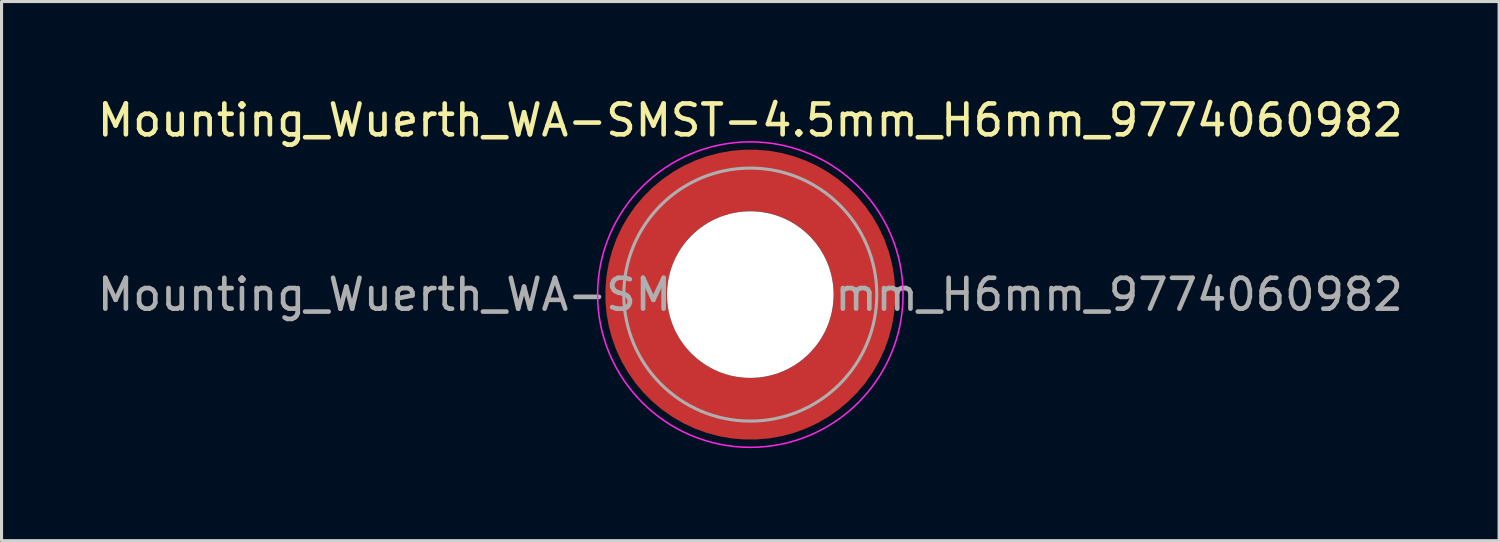
<source format=kicad_pcb>
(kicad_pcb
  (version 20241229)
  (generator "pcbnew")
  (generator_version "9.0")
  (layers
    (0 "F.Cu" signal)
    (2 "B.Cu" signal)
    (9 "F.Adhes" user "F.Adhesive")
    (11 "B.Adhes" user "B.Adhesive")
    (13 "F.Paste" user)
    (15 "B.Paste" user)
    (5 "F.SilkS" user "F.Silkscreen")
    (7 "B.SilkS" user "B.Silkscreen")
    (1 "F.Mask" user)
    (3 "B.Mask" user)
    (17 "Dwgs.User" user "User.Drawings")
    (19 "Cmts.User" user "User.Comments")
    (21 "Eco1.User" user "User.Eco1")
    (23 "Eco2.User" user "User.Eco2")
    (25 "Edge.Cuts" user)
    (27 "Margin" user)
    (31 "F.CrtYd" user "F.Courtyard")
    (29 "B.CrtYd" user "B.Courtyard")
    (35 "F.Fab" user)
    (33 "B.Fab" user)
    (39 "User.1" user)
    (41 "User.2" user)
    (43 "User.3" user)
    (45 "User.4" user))
  (footprint "Mounting_Wuerth_WA-SMST-4.5mm_H6mm_9774060982"
    (layer "F.Cu")
    (at 21.268 6.498)
    (property "Reference" "Mounting_Wuerth_WA-SMST-4.5mm_H6mm_9774060982" (at 0 -5.65 0) (layer "F.SilkS") (effects (font (size 1 1) (thickness 0.15))))
    (attr smd)
    (fp_circle (center 0 0) (end 4.95 0) (stroke (width 0.05) (type solid)) (fill no) (layer "F.CrtYd"))
    (fp_circle (center 0 0) (end 4.1 0) (stroke (width 0.1) (type solid)) (fill no) (layer "F.Fab"))
    (fp_text user "${REFERENCE}" (at 0 0 0) (layer "F.Fab") (effects (font (size 1 1) (thickness 0.15))))
    (pad "" smd custom (at -2.607 -2.607) (size 1.495 1.495) (layers "F.Paste") (options (anchor circle)) (primitives (gr_arc (start -0.188183 2.107456) (mid 0.598928 0.599619) (end 2.106494 -0.188011) (width 0.2)) (gr_arc (start -0.289416 2.107456) (mid 0.528508 0.529033) (end 2.106724 -0.28929) (width 0.2)) (gr_arc (start -0.390547 2.107456) (mid 0.457087 0.459449) (end 2.104161 -0.389996) (width 0.2)) (gr_arc (start -0.491585 2.107456) (mid 0.386415 0.389116) (end 2.103685 -0.490974) (width 0.2)) (gr_arc (start -0.59254 2.107456) (mid 0.31649 0.318035) (end 2.105297 -0.592202) (width 0.2)) (gr_arc (start -0.693419 2.107456) (mid 0.245252 0.248268) (end 2.103239 -0.692777) (width 0.2)) (gr_arc (start -0.794229 2.107456) (mid 0.174636 0.177878) (end 2.102921 -0.793559) (width 0.2)) (gr_arc (start -0.894975 2.107456) (mid 0.104643 0.106866) (end 2.104343 -0.894529) (width 0.2)) (gr_arc (start -0.995664 2.107456) (mid 0.033026 0.037479) (end 2.101219 -0.994793) (width 0.2)) (gr_arc (start -1.0963 2.107456) (mid -0.035789 -0.034714) (end 2.105949 -1.096096) (width 0.2)) (gr_arc (start -1.196886 2.107456) (mid -0.106351 -0.105157) (end 2.105783 -1.196666) (width 0.2)) (gr_arc (start -1.297427 2.107456) (mid -0.176416 -0.176097) (end 2.107009 -1.29737) (width 0.2)) (gr_arc (start -1.397927 2.107456) (mid -0.248476 -0.245042) (end 2.102638 -1.397323) (width 0.2)) (gr_arc (start -1.498388 2.107456) (mid -0.317612 -0.316913) (end 2.106475 -1.498268) (width 0.2)) (gr_arc (start -1.598813 2.107456) (mid -0.388865 -0.386665) (end 2.104366 -1.598444) (width 0.2)) (gr_arc (start -1.699204 2.107456) (mid -0.459747 -0.456787) (end 2.103299 -1.698719) (width 0.2)) (gr_arc (start -1.799565 2.107456) (mid -0.530257 -0.527283) (end 2.103277 -1.799089) (width 0.2)) (gr_arc (start -1.899896 2.107456) (mid -0.600396 -0.59815) (end 2.104299 -1.899545) (width 0.2)) (gr_arc (start -1.899896 2.107456) (mid -0.600396 -0.59815) (end 2.104299 -1.899545) (width 0.2)) (gr_line (start 2.107 -0.188) (end 2.107 -1.9) (width 0.2)) (gr_line (start -0.188 2.107) (end -1.9 2.107) (width 0.2))))
    (pad "" smd custom (at -2.607 2.607) (size 1.495 1.495) (layers "F.Paste") (options (anchor circle)) (primitives (gr_arc (start 2.107456 0.188183) (mid 0.599619 -0.598928) (end -0.188011 -2.106494) (width 0.2)) (gr_arc (start 2.107456 0.289416) (mid 0.529033 -0.528508) (end -0.28929 -2.106724) (width 0.2)) (gr_arc (start 2.107456 0.390547) (mid 0.459449 -0.457087) (end -0.389996 -2.104161) (width 0.2)) (gr_arc (start 2.107456 0.491585) (mid 0.389116 -0.386415) (end -0.490974 -2.103685) (width 0.2)) (gr_arc (start 2.107456 0.59254) (mid 0.318035 -0.31649) (end -0.592202 -2.105297) (width 0.2)) (gr_arc (start 2.107456 0.693419) (mid 0.248268 -0.245252) (end -0.692777 -2.103239) (width 0.2)) (gr_arc (start 2.107456 0.794229) (mid 0.177878 -0.174636) (end -0.793559 -2.102921) (width 0.2)) (gr_arc (start 2.107456 0.894975) (mid 0.106866 -0.104643) (end -0.894529 -2.104343) (width 0.2)) (gr_arc (start 2.107456 0.995664) (mid 0.037479 -0.033026) (end -0.994793 -2.101219) (width 0.2)) (gr_arc (start 2.107456 1.0963) (mid -0.034714 0.035789) (end -1.096096 -2.105949) (width 0.2)) (gr_arc (start 2.107456 1.196886) (mid -0.105157 0.106351) (end -1.196666 -2.105783) (width 0.2)) (gr_arc (start 2.107456 1.297427) (mid -0.176097 0.176416) (end -1.29737 -2.107009) (width 0.2)) (gr_arc (start 2.107456 1.397927) (mid -0.245042 0.248476) (end -1.397323 -2.102638) (width 0.2)) (gr_arc (start 2.107456 1.498388) (mid -0.316913 0.317612) (end -1.498268 -2.106475) (width 0.2)) (gr_arc (start 2.107456 1.598813) (mid -0.386665 0.388865) (end -1.598444 -2.104366) (width 0.2)) (gr_arc (start 2.107456 1.699204) (mid -0.456787 0.459747) (end -1.698719 -2.103299) (width 0.2)) (gr_arc (start 2.107456 1.799565) (mid -0.527283 0.530257) (end -1.799089 -2.103277) (width 0.2)) (gr_arc (start 2.107456 1.899896) (mid -0.59815 0.600396) (end -1.899545 -2.104299) (width 0.2)) (gr_arc (start 2.107456 1.899896) (mid -0.59815 0.600396) (end -1.899545 -2.104299) (width 0.2)) (gr_line (start -0.188 -2.107) (end -1.9 -2.107) (width 0.2)) (gr_line (start 2.107 0.188) (end 2.107 1.9) (width 0.2))))
    (pad "" np_thru_hole circle (at 0 0) (size 5.4 5.4) (drill 5.4) (layers "*.Cu" "*.Mask"))
    (pad "" smd custom (at 2.607 -2.607) (size 1.495 1.495) (layers "F.Paste") (options (anchor circle)) (primitives (gr_arc (start -2.107456 -0.188183) (mid -0.599619 0.598928) (end 0.188011 2.106494) (width 0.2)) (gr_arc (start -2.107456 -0.289416) (mid -0.529033 0.528508) (end 0.28929 2.106724) (width 0.2)) (gr_arc (start -2.107456 -0.390547) (mid -0.459449 0.457087) (end 0.389996 2.104161) (width 0.2)) (gr_arc (start -2.107456 -0.491585) (mid -0.389116 0.386415) (end 0.490974 2.103685) (width 0.2)) (gr_arc (start -2.107456 -0.59254) (mid -0.318035 0.31649) (end 0.592202 2.105297) (width 0.2)) (gr_arc (start -2.107456 -0.693419) (mid -0.248268 0.245252) (end 0.692777 2.103239) (width 0.2)) (gr_arc (start -2.107456 -0.794229) (mid -0.177878 0.174636) (end 0.793559 2.102921) (width 0.2)) (gr_arc (start -2.107456 -0.894975) (mid -0.106866 0.104643) (end 0.894529 2.104343) (width 0.2)) (gr_arc (start -2.107456 -0.995664) (mid -0.037479 0.033026) (end 0.994793 2.101219) (width 0.2)) (gr_arc (start -2.107456 -1.0963) (mid 0.034714 -0.035789) (end 1.096096 2.105949) (width 0.2)) (gr_arc (start -2.107456 -1.196886) (mid 0.105157 -0.106351) (end 1.196666 2.105783) (width 0.2)) (gr_arc (start -2.107456 -1.297427) (mid 0.176097 -0.176416) (end 1.29737 2.107009) (width 0.2)) (gr_arc (start -2.107456 -1.397927) (mid 0.245042 -0.248476) (end 1.397323 2.102638) (width 0.2)) (gr_arc (start -2.107456 -1.498388) (mid 0.316913 -0.317612) (end 1.498268 2.106475) (width 0.2)) (gr_arc (start -2.107456 -1.598813) (mid 0.386665 -0.388865) (end 1.598444 2.104366) (width 0.2)) (gr_arc (start -2.107456 -1.699204) (mid 0.456787 -0.459747) (end 1.698719 2.103299) (width 0.2)) (gr_arc (start -2.107456 -1.799565) (mid 0.527283 -0.530257) (end 1.799089 2.103277) (width 0.2)) (gr_arc (start -2.107456 -1.899896) (mid 0.59815 -0.600396) (end 1.899545 2.104299) (width 0.2)) (gr_arc (start -2.107456 -1.899896) (mid 0.59815 -0.600396) (end 1.899545 2.104299) (width 0.2)) (gr_line (start 0.188 2.107) (end 1.9 2.107) (width 0.2)) (gr_line (start -2.107 -0.188) (end -2.107 -1.9) (width 0.2))))
    (pad "" smd custom (at 2.607 2.607) (size 1.495 1.495) (layers "F.Paste") (options (anchor circle)) (primitives (gr_arc (start 0.188183 -2.107456) (mid -0.598928 -0.599619) (end -2.106494 0.188011) (width 0.2)) (gr_arc (start 0.289416 -2.107456) (mid -0.528508 -0.529033) (end -2.106724 0.28929) (width 0.2)) (gr_arc (start 0.390547 -2.107456) (mid -0.457087 -0.459449) (end -2.104161 0.389996) (width 0.2)) (gr_arc (start 0.491585 -2.107456) (mid -0.386415 -0.389116) (end -2.103685 0.490974) (width 0.2)) (gr_arc (start 0.59254 -2.107456) (mid -0.31649 -0.318035) (end -2.105297 0.592202) (width 0.2)) (gr_arc (start 0.693419 -2.107456) (mid -0.245252 -0.248268) (end -2.103239 0.692777) (width 0.2)) (gr_arc (start 0.794229 -2.107456) (mid -0.174636 -0.177878) (end -2.102921 0.793559) (width 0.2)) (gr_arc (start 0.894975 -2.107456) (mid -0.104643 -0.106866) (end -2.104343 0.894529) (width 0.2)) (gr_arc (start 0.995664 -2.107456) (mid -0.033026 -0.037479) (end -2.101219 0.994793) (width 0.2)) (gr_arc (start 1.0963 -2.107456) (mid 0.035789 0.034714) (end -2.105949 1.096096) (width 0.2)) (gr_arc (start 1.196886 -2.107456) (mid 0.106351 0.105157) (end -2.105783 1.196666) (width 0.2)) (gr_arc (start 1.297427 -2.107456) (mid 0.176416 0.176097) (end -2.107009 1.29737) (width 0.2)) (gr_arc (start 1.397927 -2.107456) (mid 0.248476 0.245042) (end -2.102638 1.397323) (width 0.2)) (gr_arc (start 1.498388 -2.107456) (mid 0.317612 0.316913) (end -2.106475 1.498268) (width 0.2)) (gr_arc (start 1.598813 -2.107456) (mid 0.388865 0.386665) (end -2.104366 1.598444) (width 0.2)) (gr_arc (start 1.699204 -2.107456) (mid 0.459747 0.456787) (end -2.103299 1.698719) (width 0.2)) (gr_arc (start 1.799565 -2.107456) (mid 0.530257 0.527283) (end -2.103277 1.799089) (width 0.2)) (gr_arc (start 1.899896 -2.107456) (mid 0.600396 0.59815) (end -2.104299 1.899545) (width 0.2)) (gr_arc (start 1.899896 -2.107456) (mid 0.600396 0.59815) (end -2.104299 1.899545) (width 0.2)) (gr_line (start -2.107 0.188) (end -2.107 1.9) (width 0.2)) (gr_line (start 0.188 -2.107) (end 1.9 -2.107) (width 0.2))))
    (pad "1" smd circle (at -3.7 0) (size 1.6 1.6) (layers "F.Cu"))
    (pad "1" smd circle (at 0 -3.7) (size 1.6 1.6) (layers "F.Cu"))
    (pad "1" smd circle (at 0 3.7) (size 1.6 1.6) (layers "F.Cu"))
    (pad "1" smd custom (at 3.7 0) (size 1.6 1.6) (layers "F.Cu" "F.Mask") (options (anchor circle)) (primitives (gr_circle (center -3.7 0) (end 0 0) (width 2) (fill no)))))
  (gr_rect
    (start -3 -3)
    (end 45.536 14.473)
    (stroke (width 0.1) (type default))
    (fill no)
    (layer "Edge.Cuts")))
</source>
